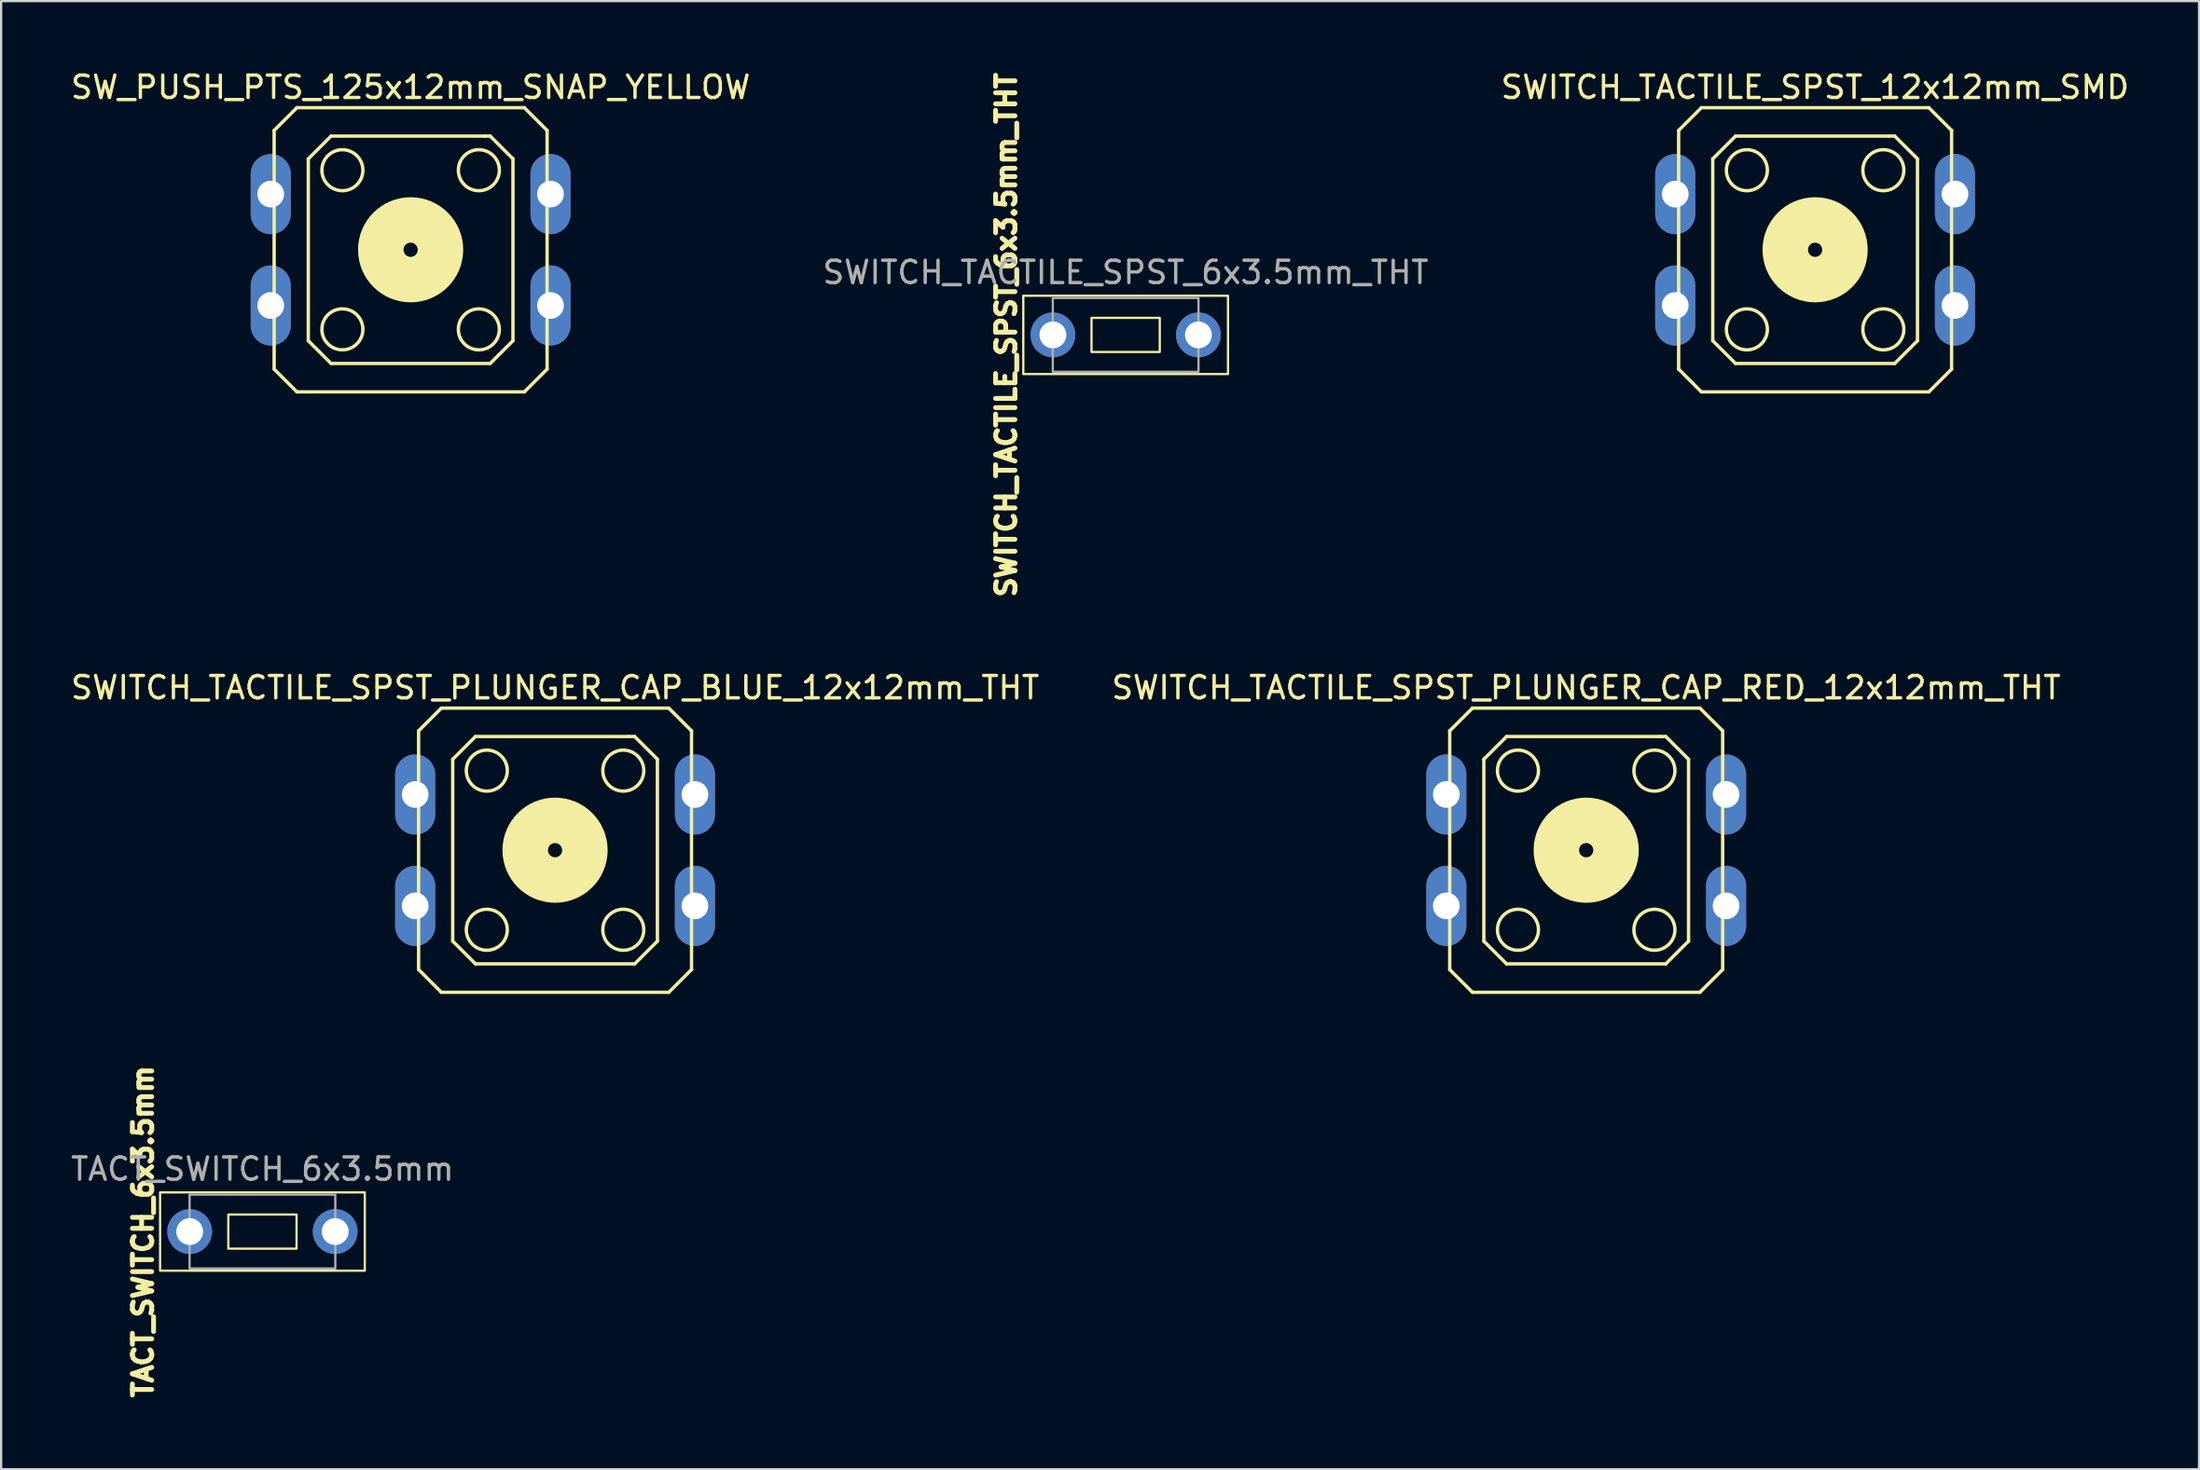
<source format=kicad_pcb>
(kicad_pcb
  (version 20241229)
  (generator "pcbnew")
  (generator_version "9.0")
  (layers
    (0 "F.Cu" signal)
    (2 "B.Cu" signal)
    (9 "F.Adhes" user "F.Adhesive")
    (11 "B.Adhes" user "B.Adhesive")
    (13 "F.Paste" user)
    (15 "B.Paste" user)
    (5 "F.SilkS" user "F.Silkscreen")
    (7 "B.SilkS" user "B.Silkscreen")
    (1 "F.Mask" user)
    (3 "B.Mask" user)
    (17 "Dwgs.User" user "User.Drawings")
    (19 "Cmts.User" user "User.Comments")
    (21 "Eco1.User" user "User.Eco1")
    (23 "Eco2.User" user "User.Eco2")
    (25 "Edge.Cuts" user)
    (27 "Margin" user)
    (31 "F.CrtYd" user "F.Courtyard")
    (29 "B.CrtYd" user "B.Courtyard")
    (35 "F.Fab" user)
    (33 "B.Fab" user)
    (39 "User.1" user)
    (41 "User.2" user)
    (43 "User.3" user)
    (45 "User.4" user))
  (footprint "SWITCH_TACTILE_SPST_PLUNGER_CAP_RED_12x12mm_THT"
    (layer "F.Cu")
    (at 67.804 34.946)
    (property "Reference" "SWITCH_TACTILE_SPST_PLUNGER_CAP_RED_12x12mm_THT" (at 0 -7.264 0) (layer "F.SilkS") (effects (font (size 1 1) (thickness 0.15))))
    (attr through_hole)
    (fp_line (start -6.096 -5.334) (end -6.096 5.334) (stroke (width 0.15) (type solid)) (layer "F.SilkS"))
    (fp_line (start -6.096 -5.334) (end -5.08 -6.35) (stroke (width 0.15) (type solid)) (layer "F.SilkS"))
    (fp_line (start -5.08 -6.35) (end 5.08 -6.35) (stroke (width 0.15) (type solid)) (layer "F.SilkS"))
    (fp_line (start -5.08 6.35) (end -6.096 5.334) (stroke (width 0.15) (type solid)) (layer "F.SilkS"))
    (fp_line (start -5.08 6.35) (end 5.08 6.35) (stroke (width 0.15) (type solid)) (layer "F.SilkS"))
    (fp_line (start -4.572 -4.064) (end -4.572 4.064) (stroke (width 0.15) (type solid)) (layer "F.SilkS"))
    (fp_line (start -4.572 -4.064) (end -3.556 -5.08) (stroke (width 0.15) (type solid)) (layer "F.SilkS"))
    (fp_line (start -4.572 4.064) (end -3.556 5.08) (stroke (width 0.15) (type solid)) (layer "F.SilkS"))
    (fp_line (start -3.556 -5.08) (end 3.302 -5.08) (stroke (width 0.15) (type solid)) (layer "F.SilkS"))
    (fp_line (start 3.302 -5.08) (end 3.556 -5.08) (stroke (width 0.15) (type solid)) (layer "F.SilkS"))
    (fp_line (start 3.556 -5.08) (end 4.572 -4.064) (stroke (width 0.15) (type solid)) (layer "F.SilkS"))
    (fp_line (start 3.556 5.08) (end -3.556 5.08) (stroke (width 0.15) (type solid)) (layer "F.SilkS"))
    (fp_line (start 4.572 4.064) (end 3.556 5.08) (stroke (width 0.15) (type solid)) (layer "F.SilkS"))
    (fp_line (start 4.572 4.064) (end 4.572 -4.064) (stroke (width 0.15) (type solid)) (layer "F.SilkS"))
    (fp_line (start 5.08 6.35) (end 6.096 5.334) (stroke (width 0.15) (type solid)) (layer "F.SilkS"))
    (fp_line (start 6.096 -5.334) (end 5.08 -6.35) (stroke (width 0.15) (type solid)) (layer "F.SilkS"))
    (fp_line (start 6.096 5.334) (end 6.096 -5.334) (stroke (width 0.15) (type solid)) (layer "F.SilkS"))
    (fp_circle (center -3.048 -3.556) (end -2.54 -2.794) (stroke (width 0.15) (type solid)) (fill no) (layer "F.SilkS"))
    (fp_circle (center -3.048 3.556) (end -2.286 3.048) (stroke (width 0.15) (type solid)) (fill no) (layer "F.SilkS"))
    (fp_circle (center 0 0) (end 1.333 0) (stroke (width 2.032) (type solid)) (fill no) (layer "F.SilkS"))
    (fp_circle (center 3.048 -3.556) (end 2.286 -3.048) (stroke (width 0.15) (type solid)) (fill no) (layer "F.SilkS"))
    (fp_circle (center 3.048 3.556) (end 2.286 3.048) (stroke (width 0.15) (type solid)) (fill no) (layer "F.SilkS"))
    (pad "1" thru_hole oval (at -6.248 -2.489) (size 1.791 3.581) (drill 1.194) (layers "*.Cu" "*.Mask"))
    (pad "2" thru_hole oval (at 6.248 -2.489) (size 1.791 3.581) (drill 1.194) (layers "*.Cu" "*.Mask"))
    (pad "3" thru_hole oval (at -6.248 2.489) (size 1.791 3.581) (drill 1.194) (layers "*.Cu" "*.Mask"))
    (pad "4" thru_hole oval (at 6.248 2.489) (size 1.791 3.581) (drill 1.194) (layers "*.Cu" "*.Mask")))
  (footprint "SW_PUSH_PTS_125x12mm_SNAP_YELLOW"
    (layer "F.Cu")
    (at 15.292 8.113)
    (property "Reference" "SW_PUSH_PTS_125x12mm_SNAP_YELLOW" (at 0 -7.264 0) (layer "F.SilkS") (effects (font (size 1 1) (thickness 0.15))))
    (attr through_hole)
    (fp_line (start -6.096 -5.334) (end -6.096 5.334) (stroke (width 0.15) (type solid)) (layer "F.SilkS"))
    (fp_line (start -6.096 -5.334) (end -5.08 -6.35) (stroke (width 0.15) (type solid)) (layer "F.SilkS"))
    (fp_line (start -5.08 -6.35) (end 5.08 -6.35) (stroke (width 0.15) (type solid)) (layer "F.SilkS"))
    (fp_line (start -5.08 6.35) (end -6.096 5.334) (stroke (width 0.15) (type solid)) (layer "F.SilkS"))
    (fp_line (start -5.08 6.35) (end 5.08 6.35) (stroke (width 0.15) (type solid)) (layer "F.SilkS"))
    (fp_line (start -4.572 -4.064) (end -4.572 4.064) (stroke (width 0.15) (type solid)) (layer "F.SilkS"))
    (fp_line (start -4.572 -4.064) (end -3.556 -5.08) (stroke (width 0.15) (type solid)) (layer "F.SilkS"))
    (fp_line (start -4.572 4.064) (end -3.556 5.08) (stroke (width 0.15) (type solid)) (layer "F.SilkS"))
    (fp_line (start -3.556 -5.08) (end 3.302 -5.08) (stroke (width 0.15) (type solid)) (layer "F.SilkS"))
    (fp_line (start 3.302 -5.08) (end 3.556 -5.08) (stroke (width 0.15) (type solid)) (layer "F.SilkS"))
    (fp_line (start 3.556 -5.08) (end 4.572 -4.064) (stroke (width 0.15) (type solid)) (layer "F.SilkS"))
    (fp_line (start 3.556 5.08) (end -3.556 5.08) (stroke (width 0.15) (type solid)) (layer "F.SilkS"))
    (fp_line (start 4.572 4.064) (end 3.556 5.08) (stroke (width 0.15) (type solid)) (layer "F.SilkS"))
    (fp_line (start 4.572 4.064) (end 4.572 -4.064) (stroke (width 0.15) (type solid)) (layer "F.SilkS"))
    (fp_line (start 5.08 6.35) (end 6.096 5.334) (stroke (width 0.15) (type solid)) (layer "F.SilkS"))
    (fp_line (start 6.096 -5.334) (end 5.08 -6.35) (stroke (width 0.15) (type solid)) (layer "F.SilkS"))
    (fp_line (start 6.096 5.334) (end 6.096 -5.334) (stroke (width 0.15) (type solid)) (layer "F.SilkS"))
    (fp_circle (center -3.048 -3.556) (end -2.54 -2.794) (stroke (width 0.15) (type solid)) (fill no) (layer "F.SilkS"))
    (fp_circle (center -3.048 3.556) (end -2.286 3.048) (stroke (width 0.15) (type solid)) (fill no) (layer "F.SilkS"))
    (fp_circle (center 0 0) (end 1.333 0) (stroke (width 2.032) (type solid)) (fill no) (layer "F.SilkS"))
    (fp_circle (center 3.048 -3.556) (end 2.286 -3.048) (stroke (width 0.15) (type solid)) (fill no) (layer "F.SilkS"))
    (fp_circle (center 3.048 3.556) (end 2.286 3.048) (stroke (width 0.15) (type solid)) (fill no) (layer "F.SilkS"))
    (pad "1" thru_hole oval (at -6.248 -2.489) (size 1.791 3.581) (drill 1.194) (layers "*.Cu" "*.Mask"))
    (pad "2" thru_hole oval (at 6.248 -2.489) (size 1.791 3.581) (drill 1.194) (layers "*.Cu" "*.Mask"))
    (pad "3" thru_hole oval (at -6.248 2.489) (size 1.791 3.581) (drill 1.194) (layers "*.Cu" "*.Mask"))
    (pad "4" thru_hole oval (at 6.248 2.489) (size 1.791 3.581) (drill 1.194) (layers "*.Cu" "*.Mask")))
  (footprint "SWITCH_TACTILE_SPST_6x3.5mm_THT"
    (layer "F.Cu")
    (at 47.232 11.917)
    (property "Reference" "SWITCH_TACTILE_SPST_6x3.5mm_THT" (at -5.334 0 90) (unlocked yes) (layer "F.SilkS") (effects (font (size 0.864 0.864) (thickness 0.216) (bold yes))))
    (attr through_hole)
    (fp_rect (start -4.572 -1.75) (end 4.572 1.75) (stroke (width 0.1) (type default)) (fill no) (layer "F.SilkS"))
    (fp_rect (start -1.524 -0.762) (end 1.524 0.762) (stroke (width 0.1) (type default)) (fill no) (layer "F.SilkS"))
    (fp_rect (start -3.254 -1.65) (end 3.254 1.65) (stroke (width 0.1) (type default)) (fill no) (layer "F.Fab"))
    (fp_text user "${REFERENCE}" (at 0 -2.794 0) (unlocked yes) (layer "F.Fab") (effects (font (size 1 1) (thickness 0.15))))
    (pad "1" thru_hole circle (at -3.25 0) (size 2 2) (drill 1.2) (layers "*.Cu" "*.Mask"))
    (pad "2" thru_hole circle (at 3.25 0) (size 2 2) (drill 1.2) (layers "*.Cu" "*.Mask")))
  (footprint "TACT_SWITCH_6x3.5mm"
    (layer "F.Cu")
    (at 8.673 51.99)
    (property "Reference" "TACT_SWITCH_6x3.5mm" (at -5.334 0 90) (unlocked yes) (layer "F.SilkS") (effects (font (size 0.864 0.864) (thickness 0.216) (bold yes))))
    (attr through_hole)
    (fp_rect (start -4.572 -1.75) (end 4.572 1.75) (stroke (width 0.1) (type default)) (fill no) (layer "F.SilkS"))
    (fp_rect (start -1.524 -0.762) (end 1.524 0.762) (stroke (width 0.1) (type default)) (fill no) (layer "F.SilkS"))
    (fp_rect (start -3.254 -1.65) (end 3.254 1.65) (stroke (width 0.1) (type default)) (fill no) (layer "F.Fab"))
    (fp_text user "${REFERENCE}" (at 0 -2.794 0) (unlocked yes) (layer "F.Fab") (effects (font (size 1 1) (thickness 0.15))))
    (pad "1" thru_hole circle (at -3.25 0) (size 2 2) (drill 1.2) (layers "*.Cu" "*.Mask"))
    (pad "2" thru_hole circle (at 3.25 0) (size 2 2) (drill 1.2) (layers "*.Cu" "*.Mask")))
  (footprint "SWITCH_TACTILE_SPST_12x12mm_SMD"
    (layer "F.Cu")
    (at 78.03 8.113)
    (property "Reference" "SWITCH_TACTILE_SPST_12x12mm_SMD" (at 0 -7.264 0) (layer "F.SilkS") (effects (font (size 1 1) (thickness 0.15))))
    (attr through_hole)
    (fp_line (start -6.096 -5.334) (end -6.096 5.334) (stroke (width 0.15) (type solid)) (layer "F.SilkS"))
    (fp_line (start -6.096 -5.334) (end -5.08 -6.35) (stroke (width 0.15) (type solid)) (layer "F.SilkS"))
    (fp_line (start -5.08 -6.35) (end 5.08 -6.35) (stroke (width 0.15) (type solid)) (layer "F.SilkS"))
    (fp_line (start -5.08 6.35) (end -6.096 5.334) (stroke (width 0.15) (type solid)) (layer "F.SilkS"))
    (fp_line (start -5.08 6.35) (end 5.08 6.35) (stroke (width 0.15) (type solid)) (layer "F.SilkS"))
    (fp_line (start -4.572 -4.064) (end -4.572 4.064) (stroke (width 0.15) (type solid)) (layer "F.SilkS"))
    (fp_line (start -4.572 -4.064) (end -3.556 -5.08) (stroke (width 0.15) (type solid)) (layer "F.SilkS"))
    (fp_line (start -4.572 4.064) (end -3.556 5.08) (stroke (width 0.15) (type solid)) (layer "F.SilkS"))
    (fp_line (start -3.556 -5.08) (end 3.302 -5.08) (stroke (width 0.15) (type solid)) (layer "F.SilkS"))
    (fp_line (start 3.302 -5.08) (end 3.556 -5.08) (stroke (width 0.15) (type solid)) (layer "F.SilkS"))
    (fp_line (start 3.556 -5.08) (end 4.572 -4.064) (stroke (width 0.15) (type solid)) (layer "F.SilkS"))
    (fp_line (start 3.556 5.08) (end -3.556 5.08) (stroke (width 0.15) (type solid)) (layer "F.SilkS"))
    (fp_line (start 4.572 4.064) (end 3.556 5.08) (stroke (width 0.15) (type solid)) (layer "F.SilkS"))
    (fp_line (start 4.572 4.064) (end 4.572 -4.064) (stroke (width 0.15) (type solid)) (layer "F.SilkS"))
    (fp_line (start 5.08 6.35) (end 6.096 5.334) (stroke (width 0.15) (type solid)) (layer "F.SilkS"))
    (fp_line (start 6.096 -5.334) (end 5.08 -6.35) (stroke (width 0.15) (type solid)) (layer "F.SilkS"))
    (fp_line (start 6.096 5.334) (end 6.096 -5.334) (stroke (width 0.15) (type solid)) (layer "F.SilkS"))
    (fp_circle (center -3.048 -3.556) (end -2.54 -2.794) (stroke (width 0.15) (type solid)) (fill no) (layer "F.SilkS"))
    (fp_circle (center -3.048 3.556) (end -2.286 3.048) (stroke (width 0.15) (type solid)) (fill no) (layer "F.SilkS"))
    (fp_circle (center 0 0) (end 1.333 0) (stroke (width 2.032) (type solid)) (fill no) (layer "F.SilkS"))
    (fp_circle (center 3.048 -3.556) (end 2.286 -3.048) (stroke (width 0.15) (type solid)) (fill no) (layer "F.SilkS"))
    (fp_circle (center 3.048 3.556) (end 2.286 3.048) (stroke (width 0.15) (type solid)) (fill no) (layer "F.SilkS"))
    (pad "1" thru_hole oval (at -6.248 -2.489) (size 1.791 3.581) (drill 1.194) (layers "*.Cu" "*.Mask"))
    (pad "2" thru_hole oval (at 6.248 -2.489) (size 1.791 3.581) (drill 1.194) (layers "*.Cu" "*.Mask"))
    (pad "3" thru_hole oval (at -6.248 2.489) (size 1.791 3.581) (drill 1.194) (layers "*.Cu" "*.Mask"))
    (pad "4" thru_hole oval (at 6.248 2.489) (size 1.791 3.581) (drill 1.194) (layers "*.Cu" "*.Mask")))
  (footprint "SWITCH_TACTILE_SPST_PLUNGER_CAP_BLUE_12x12mm_THT"
    (layer "F.Cu")
    (at 21.744 34.946)
    (property "Reference" "SWITCH_TACTILE_SPST_PLUNGER_CAP_BLUE_12x12mm_THT" (at 0 -7.264 0) (layer "F.SilkS") (effects (font (size 1 1) (thickness 0.15))))
    (attr through_hole)
    (fp_line (start -6.096 -5.334) (end -6.096 5.334) (stroke (width 0.15) (type solid)) (layer "F.SilkS"))
    (fp_line (start -6.096 -5.334) (end -5.08 -6.35) (stroke (width 0.15) (type solid)) (layer "F.SilkS"))
    (fp_line (start -5.08 -6.35) (end 5.08 -6.35) (stroke (width 0.15) (type solid)) (layer "F.SilkS"))
    (fp_line (start -5.08 6.35) (end -6.096 5.334) (stroke (width 0.15) (type solid)) (layer "F.SilkS"))
    (fp_line (start -5.08 6.35) (end 5.08 6.35) (stroke (width 0.15) (type solid)) (layer "F.SilkS"))
    (fp_line (start -4.572 -4.064) (end -4.572 4.064) (stroke (width 0.15) (type solid)) (layer "F.SilkS"))
    (fp_line (start -4.572 -4.064) (end -3.556 -5.08) (stroke (width 0.15) (type solid)) (layer "F.SilkS"))
    (fp_line (start -4.572 4.064) (end -3.556 5.08) (stroke (width 0.15) (type solid)) (layer "F.SilkS"))
    (fp_line (start -3.556 -5.08) (end 3.302 -5.08) (stroke (width 0.15) (type solid)) (layer "F.SilkS"))
    (fp_line (start 3.302 -5.08) (end 3.556 -5.08) (stroke (width 0.15) (type solid)) (layer "F.SilkS"))
    (fp_line (start 3.556 -5.08) (end 4.572 -4.064) (stroke (width 0.15) (type solid)) (layer "F.SilkS"))
    (fp_line (start 3.556 5.08) (end -3.556 5.08) (stroke (width 0.15) (type solid)) (layer "F.SilkS"))
    (fp_line (start 4.572 4.064) (end 3.556 5.08) (stroke (width 0.15) (type solid)) (layer "F.SilkS"))
    (fp_line (start 4.572 4.064) (end 4.572 -4.064) (stroke (width 0.15) (type solid)) (layer "F.SilkS"))
    (fp_line (start 5.08 6.35) (end 6.096 5.334) (stroke (width 0.15) (type solid)) (layer "F.SilkS"))
    (fp_line (start 6.096 -5.334) (end 5.08 -6.35) (stroke (width 0.15) (type solid)) (layer "F.SilkS"))
    (fp_line (start 6.096 5.334) (end 6.096 -5.334) (stroke (width 0.15) (type solid)) (layer "F.SilkS"))
    (fp_circle (center -3.048 -3.556) (end -2.54 -2.794) (stroke (width 0.15) (type solid)) (fill no) (layer "F.SilkS"))
    (fp_circle (center -3.048 3.556) (end -2.286 3.048) (stroke (width 0.15) (type solid)) (fill no) (layer "F.SilkS"))
    (fp_circle (center 0 0) (end 1.333 0) (stroke (width 2.032) (type solid)) (fill no) (layer "F.SilkS"))
    (fp_circle (center 3.048 -3.556) (end 2.286 -3.048) (stroke (width 0.15) (type solid)) (fill no) (layer "F.SilkS"))
    (fp_circle (center 3.048 3.556) (end 2.286 3.048) (stroke (width 0.15) (type solid)) (fill no) (layer "F.SilkS"))
    (pad "1" thru_hole oval (at -6.248 -2.489) (size 1.791 3.581) (drill 1.194) (layers "*.Cu" "*.Mask"))
    (pad "2" thru_hole oval (at 6.248 -2.489) (size 1.791 3.581) (drill 1.194) (layers "*.Cu" "*.Mask"))
    (pad "3" thru_hole oval (at -6.248 2.489) (size 1.791 3.581) (drill 1.194) (layers "*.Cu" "*.Mask"))
    (pad "4" thru_hole oval (at 6.248 2.489) (size 1.791 3.581) (drill 1.194) (layers "*.Cu" "*.Mask")))
  (gr_rect
    (start -3 -3)
    (end 95.179 62.609)
    (stroke (width 0.1) (type default))
    (fill no)
    (layer "Edge.Cuts")))
</source>
